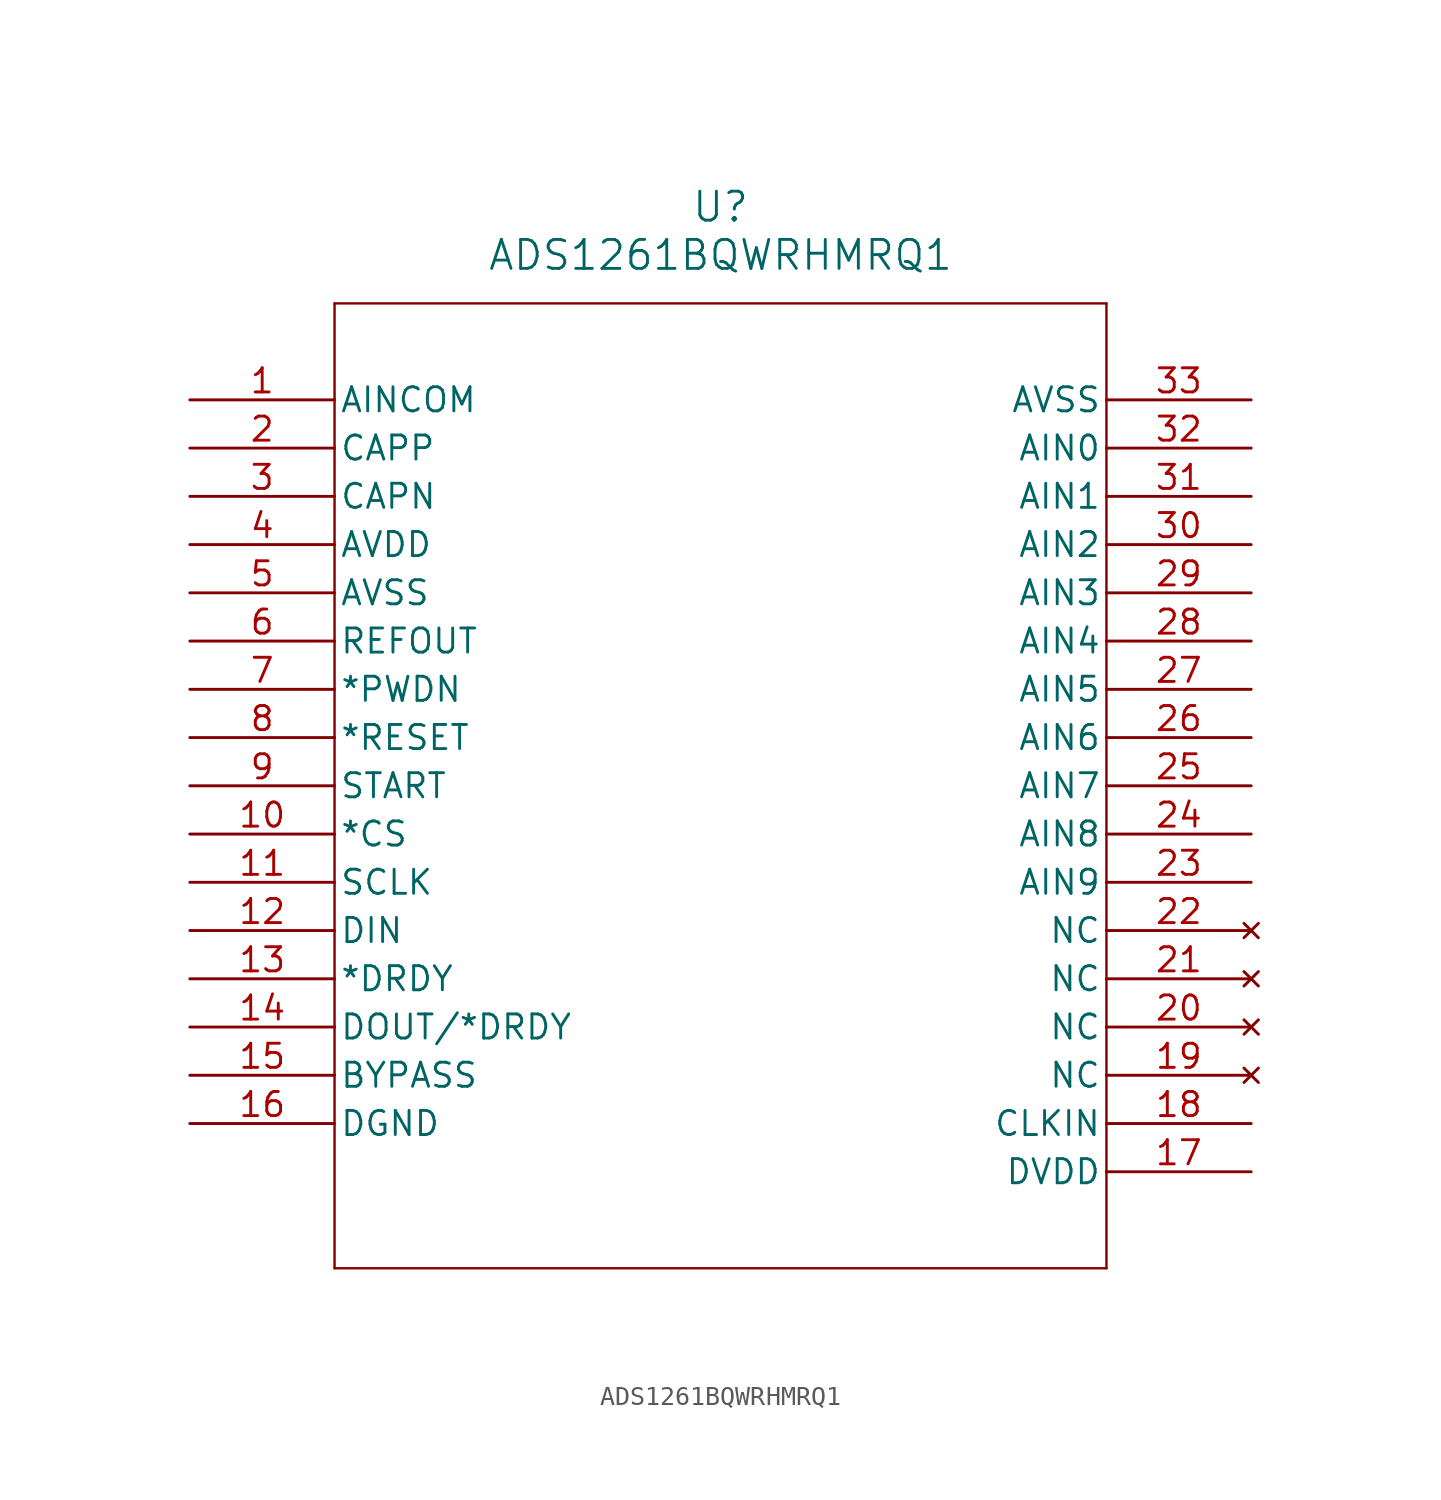
<source format=kicad_sym>
(kicad_symbol_lib
  (version 20211014)
  (generator kicad_symbol_editor)
  (symbol "ADS1261BQWRHMRQ1"
    (pin_names
      (offset 0.254))
    (property "Reference" "U"
      (at 27.94 10.16 0)
      (effects (font (size 1.524 1.524))))
    (property "Value" "ADS1261BQWRHMRQ1"
      (at 27.94 7.62 0)
      (effects (font (size 1.524 1.524))))
    (symbol "ADS1261BQWRHMRQ1_0_1"
      (polyline (pts (xy 7.62 5.08) (xy 7.62 -45.72)) (stroke (width 0.127) (type default) (color 0 0 0 0)) (fill (type none)))
      (polyline (pts (xy 7.62 -45.72) (xy 48.26 -45.72)) (stroke (width 0.127) (type default) (color 0 0 0 0)) (fill (type none)))
      (polyline (pts (xy 48.26 -45.72) (xy 48.26 5.08)) (stroke (width 0.127) (type default) (color 0 0 0 0)) (fill (type none)))
      (polyline (pts (xy 48.26 5.08) (xy 7.62 5.08)) (stroke (width 0.127) (type default) (color 0 0 0 0)) (fill (type none)))
      (pin unspecified line (at 0 0 0) (length 7.62) (name "AINCOM" (effects (font (size 1.27 1.27)))) (number "1" (effects (font (size 1.27 1.27)))))
      (pin unspecified line (at 0 -2.54 0) (length 7.62) (name "CAPP" (effects (font (size 1.27 1.27)))) (number "2" (effects (font (size 1.27 1.27)))))
      (pin unspecified line (at 0 -5.08 0) (length 7.62) (name "CAPN" (effects (font (size 1.27 1.27)))) (number "3" (effects (font (size 1.27 1.27)))))
      (pin power_in line (at 0 -7.62 0) (length 7.62) (name "AVDD" (effects (font (size 1.27 1.27)))) (number "4" (effects (font (size 1.27 1.27)))))
      (pin power_out line (at 0 -10.16 0) (length 7.62) (name "AVSS" (effects (font (size 1.27 1.27)))) (number "5" (effects (font (size 1.27 1.27)))))
      (pin unspecified line (at 0 -12.7 0) (length 7.62) (name "REFOUT" (effects (font (size 1.27 1.27)))) (number "6" (effects (font (size 1.27 1.27)))))
      (pin input line (at 0 -15.24 0) (length 7.62) (name "*PWDN" (effects (font (size 1.27 1.27)))) (number "7" (effects (font (size 1.27 1.27)))))
      (pin input line (at 0 -17.78 0) (length 7.62) (name "*RESET" (effects (font (size 1.27 1.27)))) (number "8" (effects (font (size 1.27 1.27)))))
      (pin input line (at 0 -20.32 0) (length 7.62) (name "START" (effects (font (size 1.27 1.27)))) (number "9" (effects (font (size 1.27 1.27)))))
      (pin input line (at 0 -22.86 0) (length 7.62) (name "*CS" (effects (font (size 1.27 1.27)))) (number "10" (effects (font (size 1.27 1.27)))))
      (pin input line (at 0 -25.4 0) (length 7.62) (name "SCLK" (effects (font (size 1.27 1.27)))) (number "11" (effects (font (size 1.27 1.27)))))
      (pin input line (at 0 -27.94 0) (length 7.62) (name "DIN" (effects (font (size 1.27 1.27)))) (number "12" (effects (font (size 1.27 1.27)))))
      (pin output line (at 0 -30.48 0) (length 7.62) (name "*DRDY" (effects (font (size 1.27 1.27)))) (number "13" (effects (font (size 1.27 1.27)))))
      (pin output line (at 0 -33.02 0) (length 7.62) (name "DOUT/*DRDY" (effects (font (size 1.27 1.27)))) (number "14" (effects (font (size 1.27 1.27)))))
      (pin unspecified line (at 0 -35.56 0) (length 7.62) (name "BYPASS" (effects (font (size 1.27 1.27)))) (number "15" (effects (font (size 1.27 1.27)))))
      (pin power_out line (at 0 -38.1 0) (length 7.62) (name "DGND" (effects (font (size 1.27 1.27)))) (number "16" (effects (font (size 1.27 1.27)))))
      (pin power_in line (at 55.88 -40.64 180) (length 7.62) (name "DVDD" (effects (font (size 1.27 1.27)))) (number "17" (effects (font (size 1.27 1.27)))))
      (pin input line (at 55.88 -38.1 180) (length 7.62) (name "CLKIN" (effects (font (size 1.27 1.27)))) (number "18" (effects (font (size 1.27 1.27)))))
      (pin no_connect line (at 55.88 -35.56 180) (length 7.62) (name "NC" (effects (font (size 1.27 1.27)))) (number "19" (effects (font (size 1.27 1.27)))))
      (pin no_connect line (at 55.88 -33.02 180) (length 7.62) (name "NC" (effects (font (size 1.27 1.27)))) (number "20" (effects (font (size 1.27 1.27)))))
      (pin no_connect line (at 55.88 -30.48 180) (length 7.62) (name "NC" (effects (font (size 1.27 1.27)))) (number "21" (effects (font (size 1.27 1.27)))))
      (pin no_connect line (at 55.88 -27.94 180) (length 7.62) (name "NC" (effects (font (size 1.27 1.27)))) (number "22" (effects (font (size 1.27 1.27)))))
      (pin unspecified line (at 55.88 -25.4 180) (length 7.62) (name "AIN9" (effects (font (size 1.27 1.27)))) (number "23" (effects (font (size 1.27 1.27)))))
      (pin unspecified line (at 55.88 -22.86 180) (length 7.62) (name "AIN8" (effects (font (size 1.27 1.27)))) (number "24" (effects (font (size 1.27 1.27)))))
      (pin unspecified line (at 55.88 -20.32 180) (length 7.62) (name "AIN7" (effects (font (size 1.27 1.27)))) (number "25" (effects (font (size 1.27 1.27)))))
      (pin unspecified line (at 55.88 -17.78 180) (length 7.62) (name "AIN6" (effects (font (size 1.27 1.27)))) (number "26" (effects (font (size 1.27 1.27)))))
      (pin unspecified line (at 55.88 -15.24 180) (length 7.62) (name "AIN5" (effects (font (size 1.27 1.27)))) (number "27" (effects (font (size 1.27 1.27)))))
      (pin unspecified line (at 55.88 -12.7 180) (length 7.62) (name "AIN4" (effects (font (size 1.27 1.27)))) (number "28" (effects (font (size 1.27 1.27)))))
      (pin unspecified line (at 55.88 -10.16 180) (length 7.62) (name "AIN3" (effects (font (size 1.27 1.27)))) (number "29" (effects (font (size 1.27 1.27)))))
      (pin unspecified line (at 55.88 -7.62 180) (length 7.62) (name "AIN2" (effects (font (size 1.27 1.27)))) (number "30" (effects (font (size 1.27 1.27)))))
      (pin unspecified line (at 55.88 -5.08 180) (length 7.62) (name "AIN1" (effects (font (size 1.27 1.27)))) (number "31" (effects (font (size 1.27 1.27)))))
      (pin unspecified line (at 55.88 -2.54 180) (length 7.62) (name "AIN0" (effects (font (size 1.27 1.27)))) (number "32" (effects (font (size 1.27 1.27)))))
      (pin power_out line (at 55.88 0 180) (length 7.62) (name "AVSS" (effects (font (size 1.27 1.27)))) (number "33" (effects (font (size 1.27 1.27))))))))
</source>
